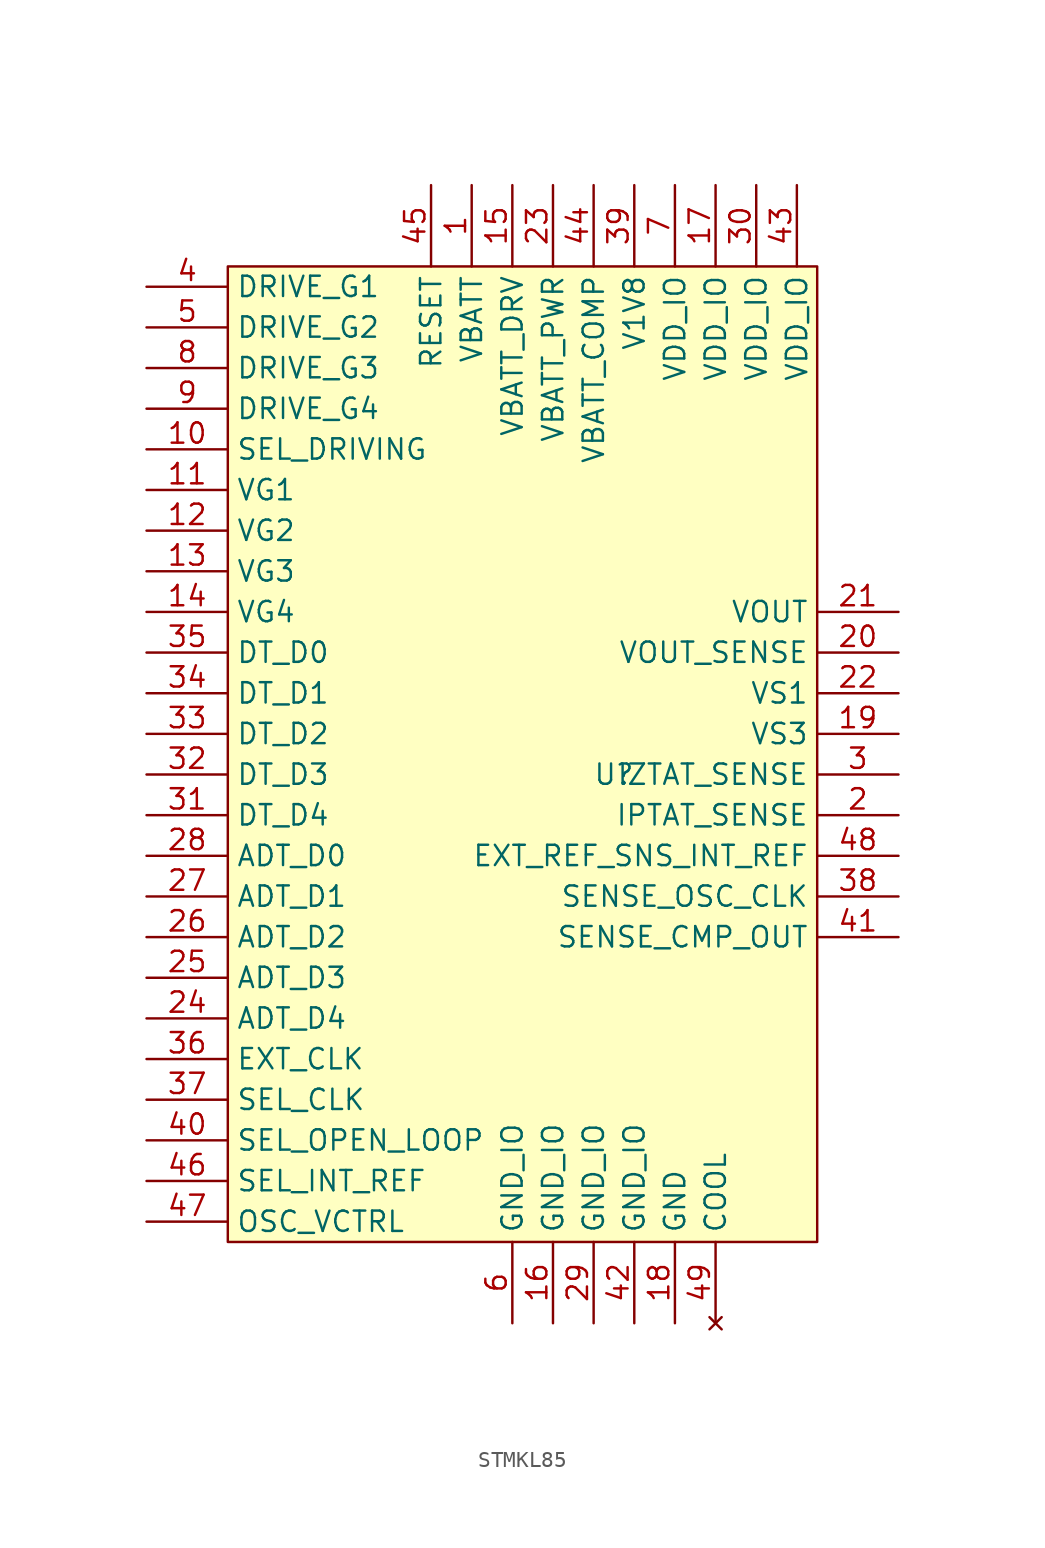
<source format=kicad_sym>
(kicad_symbol_lib
  (version 20220914)
  (generator kicad_symbol_editor)
  (symbol "STMKL85"
    (property "Reference" "U"
      (at 5.08 0 0)
      (effects (font (size 1.27 1.27))))
    (property "Value" ""
      (at 5.08 0 0)
      (effects (font (size 1.27 1.27))))
    (symbol "STMKL85_1_1"
      (rectangle (start -19.05 31.75) (end 17.78 -29.21) (stroke (width 0) (type default)) (fill (type background)))
      (pin power_in line (at -3.81 36.83 270) (length 5.08) (name "VBATT" (effects (font (size 1.27 1.27)))) (number "1" (effects (font (size 1.27 1.27)))))
      (pin input line (at -24.13 20.32 0) (length 5.08) (name "SEL_DRIVING" (effects (font (size 1.27 1.27)))) (number "10" (effects (font (size 1.27 1.27)))))
      (pin input line (at -24.13 17.78 0) (length 5.08) (name "VG1" (effects (font (size 1.27 1.27)))) (number "11" (effects (font (size 1.27 1.27)))))
      (pin input line (at -24.13 15.24 0) (length 5.08) (name "VG2" (effects (font (size 1.27 1.27)))) (number "12" (effects (font (size 1.27 1.27)))))
      (pin input line (at -24.13 12.7 0) (length 5.08) (name "VG3" (effects (font (size 1.27 1.27)))) (number "13" (effects (font (size 1.27 1.27)))))
      (pin input line (at -24.13 10.16 0) (length 5.08) (name "VG4" (effects (font (size 1.27 1.27)))) (number "14" (effects (font (size 1.27 1.27)))))
      (pin output line (at -1.27 36.83 270) (length 5.08) (name "VBATT_DRV" (effects (font (size 1.27 1.27)))) (number "15" (effects (font (size 1.27 1.27)))))
      (pin power_in line (at 1.27 -34.29 90) (length 5.08) (name "GND_IO" (effects (font (size 1.27 1.27)))) (number "16" (effects (font (size 1.27 1.27)))))
      (pin output line (at 11.43 36.83 270) (length 5.08) (name "VDD_IO" (effects (font (size 1.27 1.27)))) (number "17" (effects (font (size 1.27 1.27)))))
      (pin power_in line (at 8.89 -34.29 90) (length 5.08) (name "GND" (effects (font (size 1.27 1.27)))) (number "18" (effects (font (size 1.27 1.27)))))
      (pin power_out line (at 22.86 2.54 180) (length 5.08) (name "VS3" (effects (font (size 1.27 1.27)))) (number "19" (effects (font (size 1.27 1.27)))))
      (pin output line (at 22.86 -2.54 180) (length 5.08) (name "IPTAT_SENSE" (effects (font (size 1.27 1.27)))) (number "2" (effects (font (size 1.27 1.27)))))
      (pin output line (at 22.86 7.62 180) (length 5.08) (name "VOUT_SENSE" (effects (font (size 1.27 1.27)))) (number "20" (effects (font (size 1.27 1.27)))))
      (pin power_out line (at 22.86 10.16 180) (length 5.08) (name "VOUT" (effects (font (size 1.27 1.27)))) (number "21" (effects (font (size 1.27 1.27)))))
      (pin power_out line (at 22.86 5.08 180) (length 5.08) (name "VS1" (effects (font (size 1.27 1.27)))) (number "22" (effects (font (size 1.27 1.27)))))
      (pin output line (at 1.27 36.83 270) (length 5.08) (name "VBATT_PWR" (effects (font (size 1.27 1.27)))) (number "23" (effects (font (size 1.27 1.27)))))
      (pin input line (at -24.13 -15.24 0) (length 5.08) (name "ADT_D4" (effects (font (size 1.27 1.27)))) (number "24" (effects (font (size 1.27 1.27)))))
      (pin input line (at -24.13 -12.7 0) (length 5.08) (name "ADT_D3" (effects (font (size 1.27 1.27)))) (number "25" (effects (font (size 1.27 1.27)))))
      (pin input line (at -24.13 -10.16 0) (length 5.08) (name "ADT_D2" (effects (font (size 1.27 1.27)))) (number "26" (effects (font (size 1.27 1.27)))))
      (pin input line (at -24.13 -7.62 0) (length 5.08) (name "ADT_D1" (effects (font (size 1.27 1.27)))) (number "27" (effects (font (size 1.27 1.27)))))
      (pin input line (at -24.13 -5.08 0) (length 5.08) (name "ADT_D0" (effects (font (size 1.27 1.27)))) (number "28" (effects (font (size 1.27 1.27)))))
      (pin power_in line (at 3.81 -34.29 90) (length 5.08) (name "GND_IO" (effects (font (size 1.27 1.27)))) (number "29" (effects (font (size 1.27 1.27)))))
      (pin output line (at 22.86 0 180) (length 5.08) (name "IZTAT_SENSE" (effects (font (size 1.27 1.27)))) (number "3" (effects (font (size 1.27 1.27)))))
      (pin output line (at 13.97 36.83 270) (length 5.08) (name "VDD_IO" (effects (font (size 1.27 1.27)))) (number "30" (effects (font (size 1.27 1.27)))))
      (pin input line (at -24.13 -2.54 0) (length 5.08) (name "DT_D4" (effects (font (size 1.27 1.27)))) (number "31" (effects (font (size 1.27 1.27)))))
      (pin input line (at -24.13 0 0) (length 5.08) (name "DT_D3" (effects (font (size 1.27 1.27)))) (number "32" (effects (font (size 1.27 1.27)))))
      (pin input line (at -24.13 2.54 0) (length 5.08) (name "DT_D2" (effects (font (size 1.27 1.27)))) (number "33" (effects (font (size 1.27 1.27)))))
      (pin input line (at -24.13 5.08 0) (length 5.08) (name "DT_D1" (effects (font (size 1.27 1.27)))) (number "34" (effects (font (size 1.27 1.27)))))
      (pin input line (at -24.13 7.62 0) (length 5.08) (name "DT_D0" (effects (font (size 1.27 1.27)))) (number "35" (effects (font (size 1.27 1.27)))))
      (pin input line (at -24.13 -17.78 0) (length 5.08) (name "EXT_CLK" (effects (font (size 1.27 1.27)))) (number "36" (effects (font (size 1.27 1.27)))))
      (pin input line (at -24.13 -20.32 0) (length 5.08) (name "SEL_CLK" (effects (font (size 1.27 1.27)))) (number "37" (effects (font (size 1.27 1.27)))))
      (pin output line (at 22.86 -7.62 180) (length 5.08) (name "SENSE_OSC_CLK" (effects (font (size 1.27 1.27)))) (number "38" (effects (font (size 1.27 1.27)))))
      (pin power_in line (at 6.35 36.83 270) (length 5.08) (name "V1V8" (effects (font (size 1.27 1.27)))) (number "39" (effects (font (size 1.27 1.27)))))
      (pin input line (at -24.13 30.48 0) (length 5.08) (name "DRIVE_G1" (effects (font (size 1.27 1.27)))) (number "4" (effects (font (size 1.27 1.27)))))
      (pin input line (at -24.13 -22.86 0) (length 5.08) (name "SEL_OPEN_LOOP" (effects (font (size 1.27 1.27)))) (number "40" (effects (font (size 1.27 1.27)))))
      (pin output line (at 22.86 -10.16 180) (length 5.08) (name "SENSE_CMP_OUT" (effects (font (size 1.27 1.27)))) (number "41" (effects (font (size 1.27 1.27)))))
      (pin power_in line (at 6.35 -34.29 90) (length 5.08) (name "GND_IO" (effects (font (size 1.27 1.27)))) (number "42" (effects (font (size 1.27 1.27)))))
      (pin power_in line (at 16.51 36.83 270) (length 5.08) (name "VDD_IO" (effects (font (size 1.27 1.27)))) (number "43" (effects (font (size 1.27 1.27)))))
      (pin power_in line (at 3.81 36.83 270) (length 5.08) (name "VBATT_COMP" (effects (font (size 1.27 1.27)))) (number "44" (effects (font (size 1.27 1.27)))))
      (pin input line (at -6.35 36.83 270) (length 5.08) (name "RESET" (effects (font (size 1.27 1.27)))) (number "45" (effects (font (size 1.27 1.27)))))
      (pin input line (at -24.13 -25.4 0) (length 5.08) (name "SEL_INT_REF" (effects (font (size 1.27 1.27)))) (number "46" (effects (font (size 1.27 1.27)))))
      (pin input line (at -24.13 -27.94 0) (length 5.08) (name "OSC_VCTRL" (effects (font (size 1.27 1.27)))) (number "47" (effects (font (size 1.27 1.27)))))
      (pin output line (at 22.86 -5.08 180) (length 5.08) (name "EXT_REF_SNS_INT_REF" (effects (font (size 1.27 1.27)))) (number "48" (effects (font (size 1.27 1.27)))))
      (pin no_connect line (at 11.43 -34.29 90) (length 5.08) (name "COOL" (effects (font (size 1.27 1.27)))) (number "49" (effects (font (size 1.27 1.27)))))
      (pin input line (at -24.13 27.94 0) (length 5.08) (name "DRIVE_G2" (effects (font (size 1.27 1.27)))) (number "5" (effects (font (size 1.27 1.27)))))
      (pin power_in line (at -1.27 -34.29 90) (length 5.08) (name "GND_IO" (effects (font (size 1.27 1.27)))) (number "6" (effects (font (size 1.27 1.27)))))
      (pin power_in line (at 8.89 36.83 270) (length 5.08) (name "VDD_IO" (effects (font (size 1.27 1.27)))) (number "7" (effects (font (size 1.27 1.27)))))
      (pin input line (at -24.13 25.4 0) (length 5.08) (name "DRIVE_G3" (effects (font (size 1.27 1.27)))) (number "8" (effects (font (size 1.27 1.27)))))
      (pin input line (at -24.13 22.86 0) (length 5.08) (name "DRIVE_G4" (effects (font (size 1.27 1.27)))) (number "9" (effects (font (size 1.27 1.27))))))))
</source>
